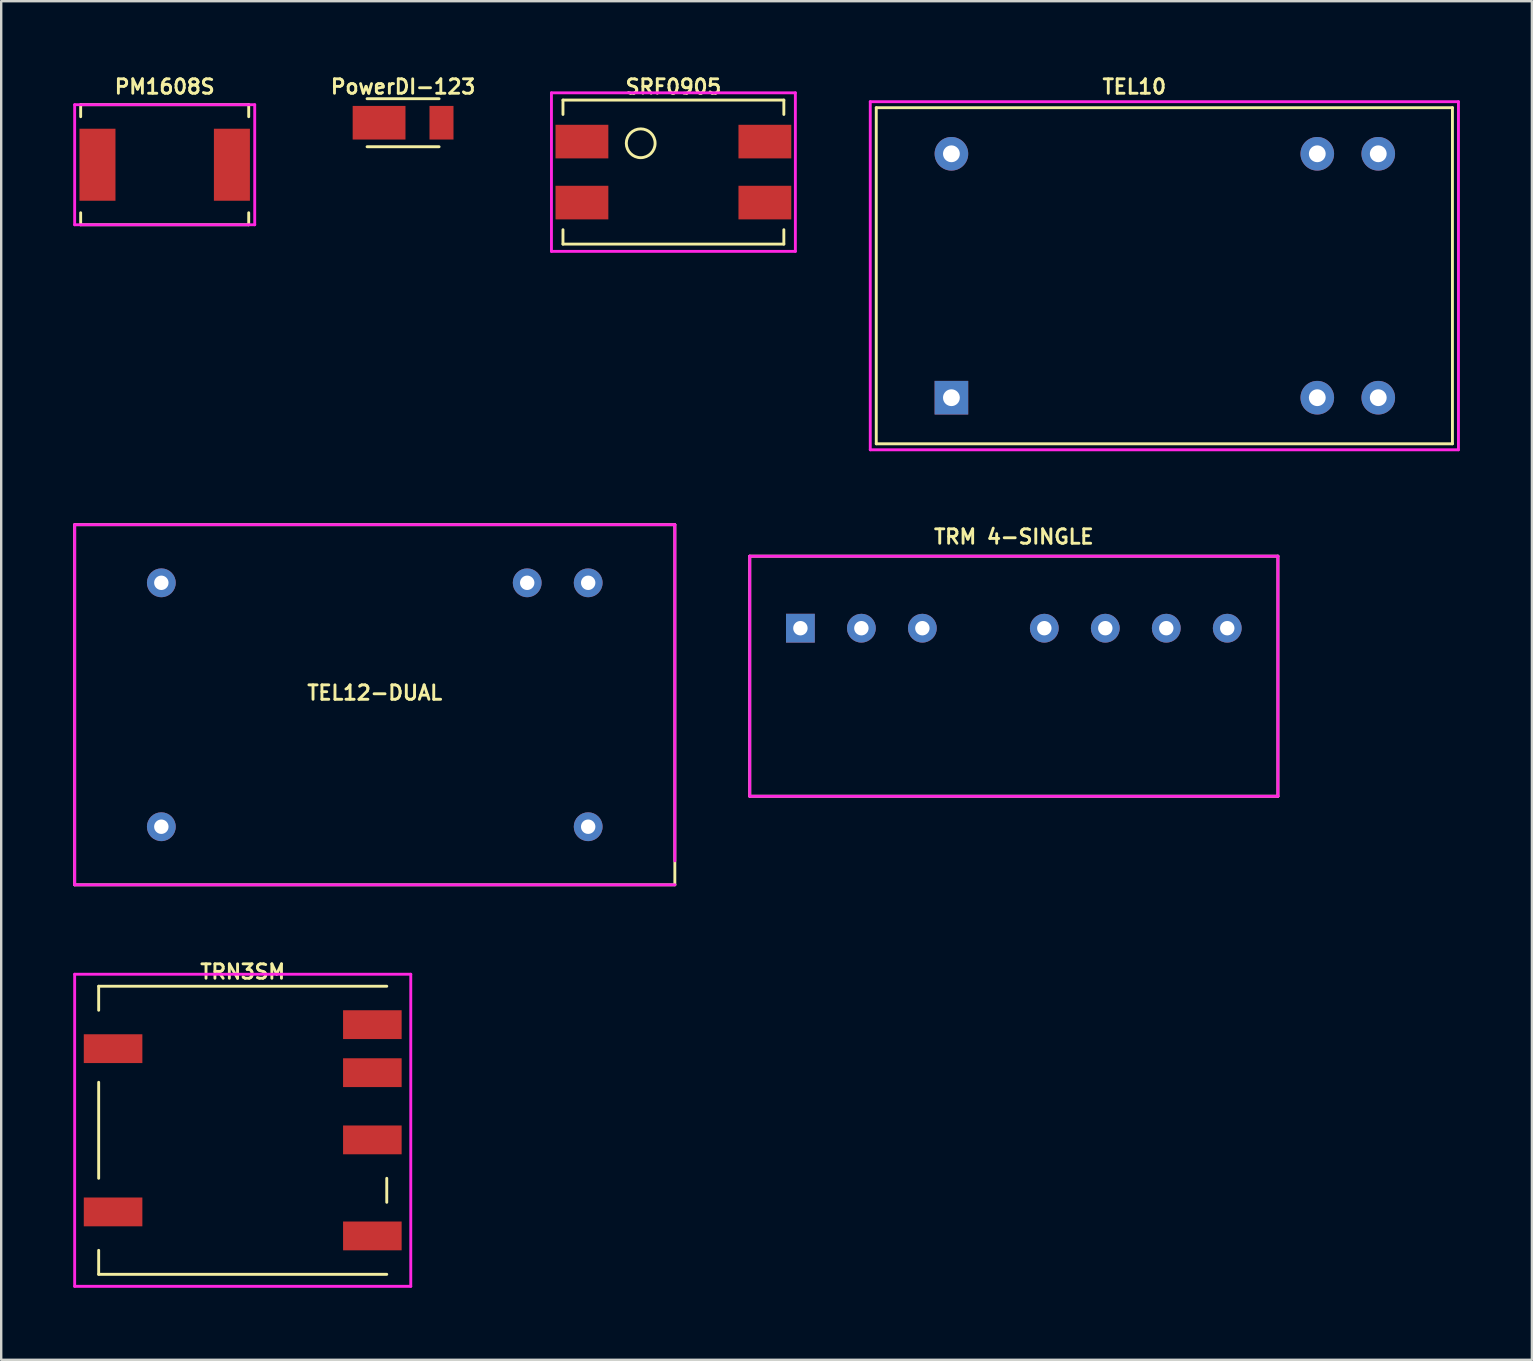
<source format=kicad_pcb>
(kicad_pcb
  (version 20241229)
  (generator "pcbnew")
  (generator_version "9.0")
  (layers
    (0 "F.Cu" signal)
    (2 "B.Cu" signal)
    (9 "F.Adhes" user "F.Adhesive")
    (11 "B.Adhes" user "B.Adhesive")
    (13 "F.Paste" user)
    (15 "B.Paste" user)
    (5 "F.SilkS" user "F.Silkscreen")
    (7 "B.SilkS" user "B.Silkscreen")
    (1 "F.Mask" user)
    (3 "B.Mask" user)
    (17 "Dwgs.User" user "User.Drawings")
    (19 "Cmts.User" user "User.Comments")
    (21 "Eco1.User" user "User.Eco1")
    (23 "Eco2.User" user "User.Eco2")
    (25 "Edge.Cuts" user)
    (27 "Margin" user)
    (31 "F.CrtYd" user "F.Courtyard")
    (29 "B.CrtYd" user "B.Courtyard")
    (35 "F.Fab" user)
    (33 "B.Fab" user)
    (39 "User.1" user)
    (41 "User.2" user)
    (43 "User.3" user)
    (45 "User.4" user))
  (footprint "TEL12-DUAL"
    (layer "F.Cu")
    (at 12.56 26.306)
    (property "Reference" "TEL12-DUAL" (at 0 -0.5 0) (unlocked yes) (layer "F.SilkS") (effects (font (size 0.6 0.6) (thickness 0.12))))
    (attr smd)
    (fp_line (start -12.5 -7.5) (end -12.5 7.5) (stroke (width 0.12) (type solid)) (layer "F.SilkS"))
    (fp_line (start -12.5 7.5) (end 12.5 7.5) (stroke (width 0.12) (type solid)) (layer "F.SilkS"))
    (fp_line (start 12.5 -7.5) (end -12.5 -7.5) (stroke (width 0.12) (type solid)) (layer "F.SilkS"))
    (fp_line (start 12.5 7.5) (end 12.5 -7.5) (stroke (width 0.12) (type solid)) (layer "F.SilkS"))
    (fp_line (start -12.5 -7.5) (end 12.5 -7.5) (stroke (width 0.12) (type solid)) (layer "F.CrtYd"))
    (fp_line (start -12.5 7.5) (end -12.5 -7.5) (stroke (width 0.12) (type solid)) (layer "F.CrtYd"))
    (fp_line (start 12.5 -7.5) (end 12.5 6.5) (stroke (width 0.12) (type solid)) (layer "F.CrtYd"))
    (fp_line (start 12.5 7.5) (end -12.5 7.5) (stroke (width 0.12) (type solid)) (layer "F.CrtYd"))
    (pad "1" thru_hole circle (at -8.89 5.08) (size 1.2 1.2) (drill 0.6) (layers "*.Cu" "*.Mask"))
    (pad "8" thru_hole circle (at 8.89 5.08) (size 1.2 1.2) (drill 0.6) (layers "*.Cu" "*.Mask"))
    (pad "9" thru_hole circle (at 8.89 -5.08) (size 1.2 1.2) (drill 0.6) (layers "*.Cu" "*.Mask"))
    (pad "10" thru_hole circle (at 6.35 -5.08) (size 1.2 1.2) (drill 0.6) (layers "*.Cu" "*.Mask"))
    (pad "16" thru_hole circle (at -8.89 -5.08) (size 1.2 1.2) (drill 0.6) (layers "*.Cu" "*.Mask")))
  (footprint "SRF0905"
    (layer "F.Cu")
    (at 25 4.118)
    (property "Reference" "SRF0905" (at 0 -3.556 0) (layer "F.SilkS") (effects (font (size 0.6 0.6) (thickness 0.12))))
    (attr through_hole)
    (fp_line (start -4.6 -3) (end -4.6 -2.4) (stroke (width 0.12) (type solid)) (layer "F.SilkS"))
    (fp_line (start -4.6 -3) (end 4.6 -3) (stroke (width 0.12) (type solid)) (layer "F.SilkS"))
    (fp_line (start -4.6 3) (end -4.6 2.4) (stroke (width 0.12) (type solid)) (layer "F.SilkS"))
    (fp_line (start -4.6 3) (end 4.6 3) (stroke (width 0.12) (type solid)) (layer "F.SilkS"))
    (fp_line (start 4.6 -3) (end 4.6 -2.4) (stroke (width 0.12) (type solid)) (layer "F.SilkS"))
    (fp_line (start 4.6 3) (end 4.6 2.4) (stroke (width 0.12) (type solid)) (layer "F.SilkS"))
    (fp_circle (center -1.362 -1.2) (end -1.962 -1.2) (stroke (width 0.12) (type solid)) (fill no) (layer "F.SilkS"))
    (fp_line (start -5.08 -3.302) (end 5.08 -3.302) (stroke (width 0.12) (type solid)) (layer "F.CrtYd"))
    (fp_line (start -5.08 3.302) (end -5.08 -3.302) (stroke (width 0.12) (type solid)) (layer "F.CrtYd"))
    (fp_line (start 5.08 -3.302) (end 5.08 3.302) (stroke (width 0.12) (type solid)) (layer "F.CrtYd"))
    (fp_line (start 5.08 3.302) (end -5.08 3.302) (stroke (width 0.12) (type solid)) (layer "F.CrtYd"))
    (pad "1" smd rect (at -3.81 -1.27) (size 2.2 1.4) (layers "F.Cu" "F.Mask" "F.Paste"))
    (pad "2" smd rect (at -3.81 1.27) (size 2.2 1.4) (layers "F.Cu" "F.Mask" "F.Paste"))
    (pad "3" smd rect (at 3.81 1.27) (size 2.2 1.4) (layers "F.Cu" "F.Mask" "F.Paste"))
    (pad "4" smd rect (at 3.81 -1.27) (size 2.2 1.4) (layers "F.Cu" "F.Mask" "F.Paste")))
  (footprint "TEL10"
    (layer "F.Cu")
    (at 44.2 8.436)
    (property "Reference" "TEL10" (at 0 -7.874 0) (layer "F.SilkS") (effects (font (size 0.6 0.6) (thickness 0.12))))
    (attr through_hole)
    (fp_line (start -10.75 -7) (end -10.75 7) (stroke (width 0.12) (type solid)) (layer "F.SilkS"))
    (fp_line (start -10.75 7) (end 13.25 7) (stroke (width 0.12) (type solid)) (layer "F.SilkS"))
    (fp_line (start 13.25 -7) (end -10.75 -7) (stroke (width 0.12) (type solid)) (layer "F.SilkS"))
    (fp_line (start 13.25 7) (end 13.25 -7) (stroke (width 0.12) (type solid)) (layer "F.SilkS"))
    (fp_line (start -11 -7.25) (end 13.5 -7.25) (stroke (width 0.12) (type solid)) (layer "F.CrtYd"))
    (fp_line (start -11 7.25) (end -11 -7.25) (stroke (width 0.12) (type solid)) (layer "F.CrtYd"))
    (fp_line (start 13.5 -7.25) (end 13.5 7.25) (stroke (width 0.12) (type solid)) (layer "F.CrtYd"))
    (fp_line (start 13.5 7.25) (end -11 7.25) (stroke (width 0.12) (type solid)) (layer "F.CrtYd"))
    (pad "1" thru_hole rect (at -7.62 5.08) (size 1.4 1.4) (drill 0.7) (layers "*.Cu" "*.Mask"))
    (pad "7" thru_hole circle (at 7.62 5.08) (size 1.4 1.4) (drill 0.7) (layers "*.Cu" "*.Mask"))
    (pad "8" thru_hole circle (at 10.16 5.08) (size 1.4 1.4) (drill 0.7) (layers "*.Cu" "*.Mask"))
    (pad "9" thru_hole circle (at 10.16 -5.08) (size 1.4 1.4) (drill 0.7) (layers "*.Cu" "*.Mask"))
    (pad "10" thru_hole circle (at 7.62 -5.08) (size 1.4 1.4) (drill 0.7) (layers "*.Cu" "*.Mask"))
    (pad "16" thru_hole circle (at -7.62 -5.08) (size 1.4 1.4) (drill 0.7) (layers "*.Cu" "*.Mask")))
  (footprint "TRM 4-SINGLE"
    (layer "F.Cu")
    (at 39.18 25.657)
    (property "Reference" "TRM 4-SINGLE" (at 0 -6.35 0) (unlocked yes) (layer "F.SilkS") (effects (font (size 0.6 0.6) (thickness 0.12))))
    (attr smd)
    (fp_line (start -11 -5.54) (end 11 -5.54) (stroke (width 0.12) (type solid)) (layer "F.SilkS"))
    (fp_line (start -11 4.46) (end -11 -5.54) (stroke (width 0.12) (type solid)) (layer "F.SilkS"))
    (fp_line (start -11 4.46) (end 11 4.46) (stroke (width 0.12) (type solid)) (layer "F.SilkS"))
    (fp_line (start 11 -5.54) (end 11 4.46) (stroke (width 0.12) (type solid)) (layer "F.SilkS"))
    (fp_line (start -11 -5.54) (end 11 -5.54) (stroke (width 0.12) (type solid)) (layer "F.CrtYd"))
    (fp_line (start -11 4.46) (end -11 -5.54) (stroke (width 0.12) (type solid)) (layer "F.CrtYd"))
    (fp_line (start 11 -5.54) (end 11 4.46) (stroke (width 0.12) (type solid)) (layer "F.CrtYd"))
    (fp_line (start 11 4.46) (end -11 4.46) (stroke (width 0.12) (type solid)) (layer "F.CrtYd"))
    (pad "1" thru_hole rect (at -8.89 -2.54) (size 1.2 1.2) (drill 0.6) (layers "*.Cu" "*.Mask"))
    (pad "2" thru_hole circle (at -6.35 -2.54) (size 1.2 1.2) (drill 0.6) (layers "*.Cu" "*.Mask"))
    (pad "3" thru_hole circle (at -3.81 -2.54) (size 1.2 1.2) (drill 0.6) (layers "*.Cu" "*.Mask"))
    (pad "5" thru_hole circle (at 1.27 -2.54) (size 1.2 1.2) (drill 0.6) (layers "*.Cu" "*.Mask"))
    (pad "6" thru_hole circle (at 3.81 -2.54) (size 1.2 1.2) (drill 0.6) (layers "*.Cu" "*.Mask"))
    (pad "7" thru_hole circle (at 6.35 -2.54) (size 1.2 1.2) (drill 0.6) (layers "*.Cu" "*.Mask"))
    (pad "8" thru_hole circle (at 8.89 -2.54) (size 1.2 1.2) (drill 0.6) (layers "*.Cu" "*.Mask")))
  (footprint "TRN3SM"
    (layer "F.Cu")
    (at 7.06 44.031)
    (property "Reference" "TRN3SM" (at 0 -6.604 0) (layer "F.SilkS") (effects (font (size 0.6 0.6) (thickness 0.12))))
    (attr through_hole)
    (fp_line (start -6 -6) (end -6 -5) (stroke (width 0.12) (type solid)) (layer "F.SilkS"))
    (fp_line (start -6 -6) (end 6 -6) (stroke (width 0.12) (type solid)) (layer "F.SilkS"))
    (fp_line (start -6 -2) (end -6 2) (stroke (width 0.12) (type solid)) (layer "F.SilkS"))
    (fp_line (start -6 5) (end -6 6) (stroke (width 0.12) (type solid)) (layer "F.SilkS"))
    (fp_line (start -6 6) (end 6 6) (stroke (width 0.12) (type solid)) (layer "F.SilkS"))
    (fp_line (start 6 2) (end 6 3) (stroke (width 0.12) (type solid)) (layer "F.SilkS"))
    (fp_line (start -7 -6.5) (end -7 6.5) (stroke (width 0.12) (type solid)) (layer "F.CrtYd"))
    (fp_line (start -7 6.5) (end 7 6.5) (stroke (width 0.12) (type solid)) (layer "F.CrtYd"))
    (fp_line (start 7 -6.5) (end -7 -6.5) (stroke (width 0.12) (type solid)) (layer "F.CrtYd"))
    (fp_line (start 7 6.5) (end 7 -6.5) (stroke (width 0.12) (type solid)) (layer "F.CrtYd"))
    (pad "1" smd rect (at 5.4 -4.4) (size 2.44 1.2) (layers "F.Cu" "F.Mask" "F.Paste"))
    (pad "2" smd rect (at 5.4 -2.4) (size 2.44 1.2) (layers "F.Cu" "F.Mask" "F.Paste"))
    (pad "3" smd rect (at 5.4 0.4) (size 2.44 1.2) (layers "F.Cu" "F.Mask" "F.Paste"))
    (pad "5" smd rect (at 5.4 4.4) (size 2.44 1.2) (layers "F.Cu" "F.Mask" "F.Paste"))
    (pad "6" smd rect (at -5.4 -3.4) (size 2.44 1.2) (layers "F.Cu" "F.Mask" "F.Paste"))
    (pad "7" smd rect (at -5.4 3.4) (size 2.44 1.2) (layers "F.Cu" "F.Mask" "F.Paste")))
  (footprint "PowerDI-123"
    (layer "F.Cu")
    (at 13.74 2.062)
    (property "Reference" "PowerDI-123" (at 0 -1.5 0) (layer "F.SilkS") (effects (font (size 0.6 0.6) (thickness 0.12))))
    (attr through_hole)
    (fp_line (start -1.5 -1) (end 1.5 -1) (stroke (width 0.12) (type solid)) (layer "F.SilkS"))
    (fp_line (start -1.5 1) (end 1.5 1) (stroke (width 0.12) (type solid)) (layer "F.SilkS"))
    (pad "1" smd rect (at -1 0) (size 2.2 1.4) (layers "F.Cu" "F.Mask" "F.Paste"))
    (pad "2" smd rect (at 1.6 0) (size 1 1.4) (layers "F.Cu" "F.Mask" "F.Paste")))
  (footprint "PM1608S"
    (layer "F.Cu")
    (at 3.81 3.812)
    (property "Reference" "PM1608S" (at 0 -3.25 0) (layer "F.SilkS") (effects (font (size 0.6 0.6) (thickness 0.12))))
    (attr through_hole)
    (fp_line (start -3.5 -2.5) (end -3.5 -2) (stroke (width 0.12) (type solid)) (layer "F.SilkS"))
    (fp_line (start -3.5 -2.5) (end 3.5 -2.5) (stroke (width 0.12) (type solid)) (layer "F.SilkS"))
    (fp_line (start -3.5 2.5) (end -3.5 2) (stroke (width 0.12) (type solid)) (layer "F.SilkS"))
    (fp_line (start -3.5 2.5) (end 3.5 2.5) (stroke (width 0.12) (type solid)) (layer "F.SilkS"))
    (fp_line (start 3.5 -2.5) (end 3.5 -2) (stroke (width 0.12) (type solid)) (layer "F.SilkS"))
    (fp_line (start 3.5 2.5) (end 3.5 2) (stroke (width 0.12) (type solid)) (layer "F.SilkS"))
    (fp_line (start -3.75 -2.5) (end 3.75 -2.5) (stroke (width 0.12) (type solid)) (layer "F.CrtYd"))
    (fp_line (start -3.75 2.5) (end -3.75 -2.5) (stroke (width 0.12) (type solid)) (layer "F.CrtYd"))
    (fp_line (start 3.75 -2.5) (end 3.75 2.5) (stroke (width 0.12) (type solid)) (layer "F.CrtYd"))
    (fp_line (start 3.75 2.5) (end -3.75 2.5) (stroke (width 0.12) (type solid)) (layer "F.CrtYd"))
    (pad "1" smd rect (at -2.8 0) (size 1.5 3) (layers "F.Cu" "F.Mask" "F.Paste"))
    (pad "2" smd rect (at 2.8 0) (size 1.5 3) (layers "F.Cu" "F.Mask" "F.Paste")))
  (gr_rect
    (start -3 -3)
    (end 60.76 53.591)
    (stroke (width 0.1) (type default))
    (fill no)
    (layer "Edge.Cuts")))
</source>
